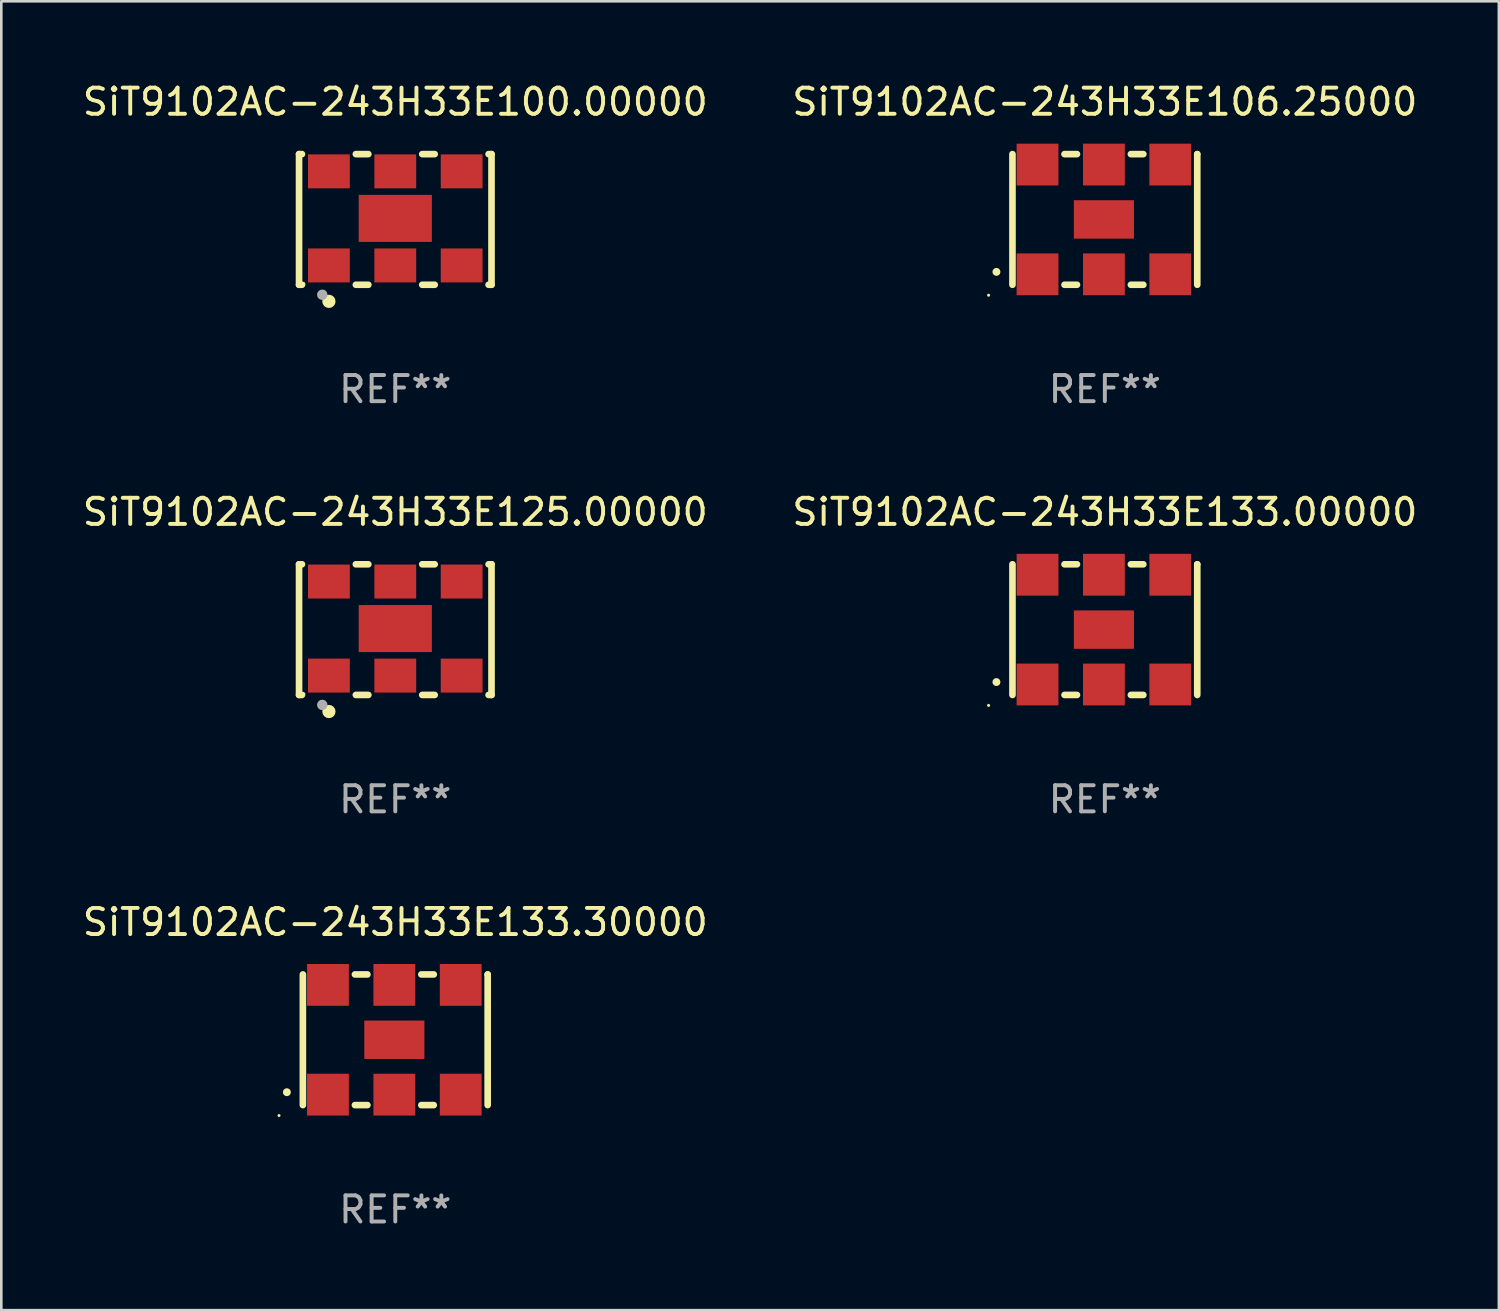
<source format=kicad_pcb>
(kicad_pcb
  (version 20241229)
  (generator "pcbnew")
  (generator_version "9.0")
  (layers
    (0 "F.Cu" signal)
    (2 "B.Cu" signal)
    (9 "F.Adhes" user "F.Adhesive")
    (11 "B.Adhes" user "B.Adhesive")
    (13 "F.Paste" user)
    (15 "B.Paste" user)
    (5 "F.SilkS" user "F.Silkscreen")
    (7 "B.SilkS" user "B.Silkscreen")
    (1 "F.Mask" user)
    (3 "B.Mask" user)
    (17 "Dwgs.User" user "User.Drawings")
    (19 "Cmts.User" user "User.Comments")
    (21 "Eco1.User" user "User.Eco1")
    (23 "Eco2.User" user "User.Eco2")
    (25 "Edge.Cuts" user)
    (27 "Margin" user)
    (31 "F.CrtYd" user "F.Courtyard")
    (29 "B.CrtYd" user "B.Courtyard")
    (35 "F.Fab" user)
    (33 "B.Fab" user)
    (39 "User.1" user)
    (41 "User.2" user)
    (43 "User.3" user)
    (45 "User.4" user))
  (footprint "SiT9102AC-243H33E133.30000"
    (layer "F.Cu")
    (at 12.077 36.741)
    (property "Reference" "SiT9102AC-243H33E133.30000" (at 0 -4.5 0) (layer "F.SilkS") (effects (font (size 1 1) (thickness 0.15))))
    (attr through_hole)
    (fp_line (start -3.536 -2.5) (end -3.536 2.5) (stroke (width 0.254) (type solid)) (layer "F.SilkS"))
    (fp_line (start -1.544 2.5) (end -1.067 2.5) (stroke (width 0.254) (type solid)) (layer "F.SilkS"))
    (fp_line (start -1.067 -2.5) (end -1.544 -2.5) (stroke (width 0.254) (type solid)) (layer "F.SilkS"))
    (fp_line (start 0.996 2.5) (end 1.473 2.5) (stroke (width 0.254) (type solid)) (layer "F.SilkS"))
    (fp_line (start 1.473 -2.5) (end 0.996 -2.5) (stroke (width 0.254) (type solid)) (layer "F.SilkS"))
    (fp_line (start 3.536 -2.5) (end 3.536 -2.5) (stroke (width 0.254) (type solid)) (layer "F.SilkS"))
    (fp_line (start 3.536 2.5) (end 3.536 -2.5) (stroke (width 0.254) (type solid)) (layer "F.SilkS"))
    (fp_arc (start -4.150432 2.006604) (mid -4.149162 2.006599) (end -4.147892 2.006604) (stroke (width 0.3) (type solid)) (layer "F.SilkS"))
    (fp_circle (center -4.449 2.9) (end -4.419 2.9) (stroke (width 0.06) (type solid)) (fill no) (layer "F.SilkS"))
    (fp_text user "REF**" (at 0 6.5 0) (layer "F.Fab") (effects (font (size 1 1) (thickness 0.15))))
    (pad "1" smd rect (at -2.576 2.1) (size 1.6 1.6) (layers "F.Cu" "F.Mask" "F.Paste"))
    (pad "2" smd rect (at -0.036 2.1) (size 1.6 1.6) (layers "F.Cu" "F.Mask" "F.Paste"))
    (pad "3" smd rect (at 2.504 2.1) (size 1.6 1.6) (layers "F.Cu" "F.Mask" "F.Paste"))
    (pad "4" smd rect (at 2.504 -2.1) (size 1.6 1.6) (layers "F.Cu" "F.Mask" "F.Paste"))
    (pad "5" smd rect (at -0.036 -2.1) (size 1.6 1.6) (layers "F.Cu" "F.Mask" "F.Paste"))
    (pad "6" smd rect (at -2.576 -2.1) (size 1.6 1.6) (layers "F.Cu" "F.Mask" "F.Paste"))
    (pad "7" smd rect (at -0.036 0) (size 2.3 1.47) (layers "F.Cu" "F.Mask" "F.Paste")))
  (footprint "SiT9102AC-243H33E100.00000"
    (layer "F.Cu")
    (at 12.077 5.348)
    (property "Reference" "SiT9102AC-243H33E100.00000" (at 0 -4.5 0) (layer "F.SilkS") (effects (font (size 1 1) (thickness 0.15))))
    (attr through_hole)
    (fp_line (start -3.683 -2.5) (end -3.571 -2.5) (stroke (width 0.254) (type solid)) (layer "F.SilkS"))
    (fp_line (start -3.683 2.5) (end -3.683 -2.5) (stroke (width 0.254) (type solid)) (layer "F.SilkS"))
    (fp_line (start -3.683 2.5) (end -3.571 2.5) (stroke (width 0.254) (type solid)) (layer "F.SilkS"))
    (fp_line (start -1.509 -2.5) (end -1.031 -2.5) (stroke (width 0.254) (type solid)) (layer "F.SilkS"))
    (fp_line (start -1.509 2.5) (end -1.031 2.5) (stroke (width 0.254) (type solid)) (layer "F.SilkS"))
    (fp_line (start 1.031 -2.5) (end 1.509 -2.5) (stroke (width 0.254) (type solid)) (layer "F.SilkS"))
    (fp_line (start 1.031 2.5) (end 1.509 2.5) (stroke (width 0.254) (type solid)) (layer "F.SilkS"))
    (fp_line (start 3.571 -2.5) (end 3.683 -2.5) (stroke (width 0.254) (type solid)) (layer "F.SilkS"))
    (fp_line (start 3.571 2.5) (end 3.683 2.5) (stroke (width 0.254) (type solid)) (layer "F.SilkS"))
    (fp_line (start 3.683 2.5) (end 3.683 -2.5) (stroke (width 0.254) (type solid)) (layer "F.SilkS"))
    (fp_circle (center -3.5 2.46) (end -3.47 2.46) (stroke (width 0.06) (type solid)) (fill no) (layer "F.SilkS"))
    (fp_circle (center -2.54 3.135) (end -2.413 3.135) (stroke (width 0.254) (type solid)) (fill no) (layer "F.SilkS"))
    (fp_circle (center -2.794 2.881) (end -2.694 2.881) (stroke (width 0.2) (type solid)) (fill no) (layer "F.Fab"))
    (fp_text user "REF**" (at 0 6.5 0) (layer "F.Fab") (effects (font (size 1 1) (thickness 0.15))))
    (pad "1" smd rect (at -2.54 1.76) (size 1.6 1.3) (layers "F.Cu" "F.Mask" "F.Paste"))
    (pad "2" smd rect (at 0 1.76) (size 1.6 1.3) (layers "F.Cu" "F.Mask" "F.Paste"))
    (pad "3" smd rect (at 2.54 1.76) (size 1.6 1.3) (layers "F.Cu" "F.Mask" "F.Paste"))
    (pad "4" smd rect (at 2.54 -1.84) (size 1.6 1.3) (layers "F.Cu" "F.Mask" "F.Paste"))
    (pad "5" smd rect (at 0 -1.84) (size 1.6 1.3) (layers "F.Cu" "F.Mask" "F.Paste"))
    (pad "6" smd rect (at -2.54 -1.84) (size 1.6 1.3) (layers "F.Cu" "F.Mask" "F.Paste"))
    (pad "7" smd rect (at 0 -0.04) (size 2.8 1.8) (layers "F.Cu" "F.Mask" "F.Paste")))
  (footprint "SiT9102AC-243H33E125.00000"
    (layer "F.Cu")
    (at 12.077 21.045)
    (property "Reference" "SiT9102AC-243H33E125.00000" (at 0 -4.5 0) (layer "F.SilkS") (effects (font (size 1 1) (thickness 0.15))))
    (attr through_hole)
    (fp_line (start -3.683 -2.5) (end -3.571 -2.5) (stroke (width 0.254) (type solid)) (layer "F.SilkS"))
    (fp_line (start -3.683 2.5) (end -3.683 -2.5) (stroke (width 0.254) (type solid)) (layer "F.SilkS"))
    (fp_line (start -3.683 2.5) (end -3.571 2.5) (stroke (width 0.254) (type solid)) (layer "F.SilkS"))
    (fp_line (start -1.509 -2.5) (end -1.031 -2.5) (stroke (width 0.254) (type solid)) (layer "F.SilkS"))
    (fp_line (start -1.509 2.5) (end -1.031 2.5) (stroke (width 0.254) (type solid)) (layer "F.SilkS"))
    (fp_line (start 1.031 -2.5) (end 1.509 -2.5) (stroke (width 0.254) (type solid)) (layer "F.SilkS"))
    (fp_line (start 1.031 2.5) (end 1.509 2.5) (stroke (width 0.254) (type solid)) (layer "F.SilkS"))
    (fp_line (start 3.571 -2.5) (end 3.683 -2.5) (stroke (width 0.254) (type solid)) (layer "F.SilkS"))
    (fp_line (start 3.571 2.5) (end 3.683 2.5) (stroke (width 0.254) (type solid)) (layer "F.SilkS"))
    (fp_line (start 3.683 2.5) (end 3.683 -2.5) (stroke (width 0.254) (type solid)) (layer "F.SilkS"))
    (fp_circle (center -3.5 2.46) (end -3.47 2.46) (stroke (width 0.06) (type solid)) (fill no) (layer "F.SilkS"))
    (fp_circle (center -2.54 3.135) (end -2.413 3.135) (stroke (width 0.254) (type solid)) (fill no) (layer "F.SilkS"))
    (fp_circle (center -2.794 2.881) (end -2.694 2.881) (stroke (width 0.2) (type solid)) (fill no) (layer "F.Fab"))
    (fp_text user "REF**" (at 0 6.5 0) (layer "F.Fab") (effects (font (size 1 1) (thickness 0.15))))
    (pad "1" smd rect (at -2.54 1.76) (size 1.6 1.3) (layers "F.Cu" "F.Mask" "F.Paste"))
    (pad "2" smd rect (at 0 1.76) (size 1.6 1.3) (layers "F.Cu" "F.Mask" "F.Paste"))
    (pad "3" smd rect (at 2.54 1.76) (size 1.6 1.3) (layers "F.Cu" "F.Mask" "F.Paste"))
    (pad "4" smd rect (at 2.54 -1.84) (size 1.6 1.3) (layers "F.Cu" "F.Mask" "F.Paste"))
    (pad "5" smd rect (at 0 -1.84) (size 1.6 1.3) (layers "F.Cu" "F.Mask" "F.Paste"))
    (pad "6" smd rect (at -2.54 -1.84) (size 1.6 1.3) (layers "F.Cu" "F.Mask" "F.Paste"))
    (pad "7" smd rect (at 0 -0.04) (size 2.8 1.8) (layers "F.Cu" "F.Mask" "F.Paste")))
  (footprint "SiT9102AC-243H33E133.00000"
    (layer "F.Cu")
    (at 39.232 21.045)
    (property "Reference" "SiT9102AC-243H33E133.00000" (at 0 -4.5 0) (layer "F.SilkS") (effects (font (size 1 1) (thickness 0.15))))
    (attr through_hole)
    (fp_line (start -3.536 -2.5) (end -3.536 2.5) (stroke (width 0.254) (type solid)) (layer "F.SilkS"))
    (fp_line (start -1.544 2.5) (end -1.067 2.5) (stroke (width 0.254) (type solid)) (layer "F.SilkS"))
    (fp_line (start -1.067 -2.5) (end -1.544 -2.5) (stroke (width 0.254) (type solid)) (layer "F.SilkS"))
    (fp_line (start 0.996 2.5) (end 1.473 2.5) (stroke (width 0.254) (type solid)) (layer "F.SilkS"))
    (fp_line (start 1.473 -2.5) (end 0.996 -2.5) (stroke (width 0.254) (type solid)) (layer "F.SilkS"))
    (fp_line (start 3.536 -2.5) (end 3.536 -2.5) (stroke (width 0.254) (type solid)) (layer "F.SilkS"))
    (fp_line (start 3.536 2.5) (end 3.536 -2.5) (stroke (width 0.254) (type solid)) (layer "F.SilkS"))
    (fp_arc (start -4.150432 2.006604) (mid -4.149162 2.006599) (end -4.147892 2.006604) (stroke (width 0.3) (type solid)) (layer "F.SilkS"))
    (fp_circle (center -4.449 2.9) (end -4.419 2.9) (stroke (width 0.06) (type solid)) (fill no) (layer "F.SilkS"))
    (fp_text user "REF**" (at 0 6.5 0) (layer "F.Fab") (effects (font (size 1 1) (thickness 0.15))))
    (pad "1" smd rect (at -2.576 2.1) (size 1.6 1.6) (layers "F.Cu" "F.Mask" "F.Paste"))
    (pad "2" smd rect (at -0.036 2.1) (size 1.6 1.6) (layers "F.Cu" "F.Mask" "F.Paste"))
    (pad "3" smd rect (at 2.504 2.1) (size 1.6 1.6) (layers "F.Cu" "F.Mask" "F.Paste"))
    (pad "4" smd rect (at 2.504 -2.1) (size 1.6 1.6) (layers "F.Cu" "F.Mask" "F.Paste"))
    (pad "5" smd rect (at -0.036 -2.1) (size 1.6 1.6) (layers "F.Cu" "F.Mask" "F.Paste"))
    (pad "6" smd rect (at -2.576 -2.1) (size 1.6 1.6) (layers "F.Cu" "F.Mask" "F.Paste"))
    (pad "7" smd rect (at -0.036 0) (size 2.3 1.47) (layers "F.Cu" "F.Mask" "F.Paste")))
  (footprint "SiT9102AC-243H33E106.25000"
    (layer "F.Cu")
    (at 39.232 5.348)
    (property "Reference" "SiT9102AC-243H33E106.25000" (at 0 -4.5 0) (layer "F.SilkS") (effects (font (size 1 1) (thickness 0.15))))
    (attr through_hole)
    (fp_line (start -3.536 -2.5) (end -3.536 2.5) (stroke (width 0.254) (type solid)) (layer "F.SilkS"))
    (fp_line (start -1.544 2.5) (end -1.067 2.5) (stroke (width 0.254) (type solid)) (layer "F.SilkS"))
    (fp_line (start -1.067 -2.5) (end -1.544 -2.5) (stroke (width 0.254) (type solid)) (layer "F.SilkS"))
    (fp_line (start 0.996 2.5) (end 1.473 2.5) (stroke (width 0.254) (type solid)) (layer "F.SilkS"))
    (fp_line (start 1.473 -2.5) (end 0.996 -2.5) (stroke (width 0.254) (type solid)) (layer "F.SilkS"))
    (fp_line (start 3.536 -2.5) (end 3.536 -2.5) (stroke (width 0.254) (type solid)) (layer "F.SilkS"))
    (fp_line (start 3.536 2.5) (end 3.536 -2.5) (stroke (width 0.254) (type solid)) (layer "F.SilkS"))
    (fp_arc (start -4.150432 2.006604) (mid -4.149162 2.006599) (end -4.147892 2.006604) (stroke (width 0.3) (type solid)) (layer "F.SilkS"))
    (fp_circle (center -4.449 2.9) (end -4.419 2.9) (stroke (width 0.06) (type solid)) (fill no) (layer "F.SilkS"))
    (fp_text user "REF**" (at 0 6.5 0) (layer "F.Fab") (effects (font (size 1 1) (thickness 0.15))))
    (pad "1" smd rect (at -2.576 2.1) (size 1.6 1.6) (layers "F.Cu" "F.Mask" "F.Paste"))
    (pad "2" smd rect (at -0.036 2.1) (size 1.6 1.6) (layers "F.Cu" "F.Mask" "F.Paste"))
    (pad "3" smd rect (at 2.504 2.1) (size 1.6 1.6) (layers "F.Cu" "F.Mask" "F.Paste"))
    (pad "4" smd rect (at 2.504 -2.1) (size 1.6 1.6) (layers "F.Cu" "F.Mask" "F.Paste"))
    (pad "5" smd rect (at -0.036 -2.1) (size 1.6 1.6) (layers "F.Cu" "F.Mask" "F.Paste"))
    (pad "6" smd rect (at -2.576 -2.1) (size 1.6 1.6) (layers "F.Cu" "F.Mask" "F.Paste"))
    (pad "7" smd rect (at -0.036 0) (size 2.3 1.47) (layers "F.Cu" "F.Mask" "F.Paste")))
  (gr_rect
    (start -3 -3)
    (end 54.31 47.09)
    (stroke (width 0.1) (type default))
    (fill no)
    (layer "Edge.Cuts")))
</source>
